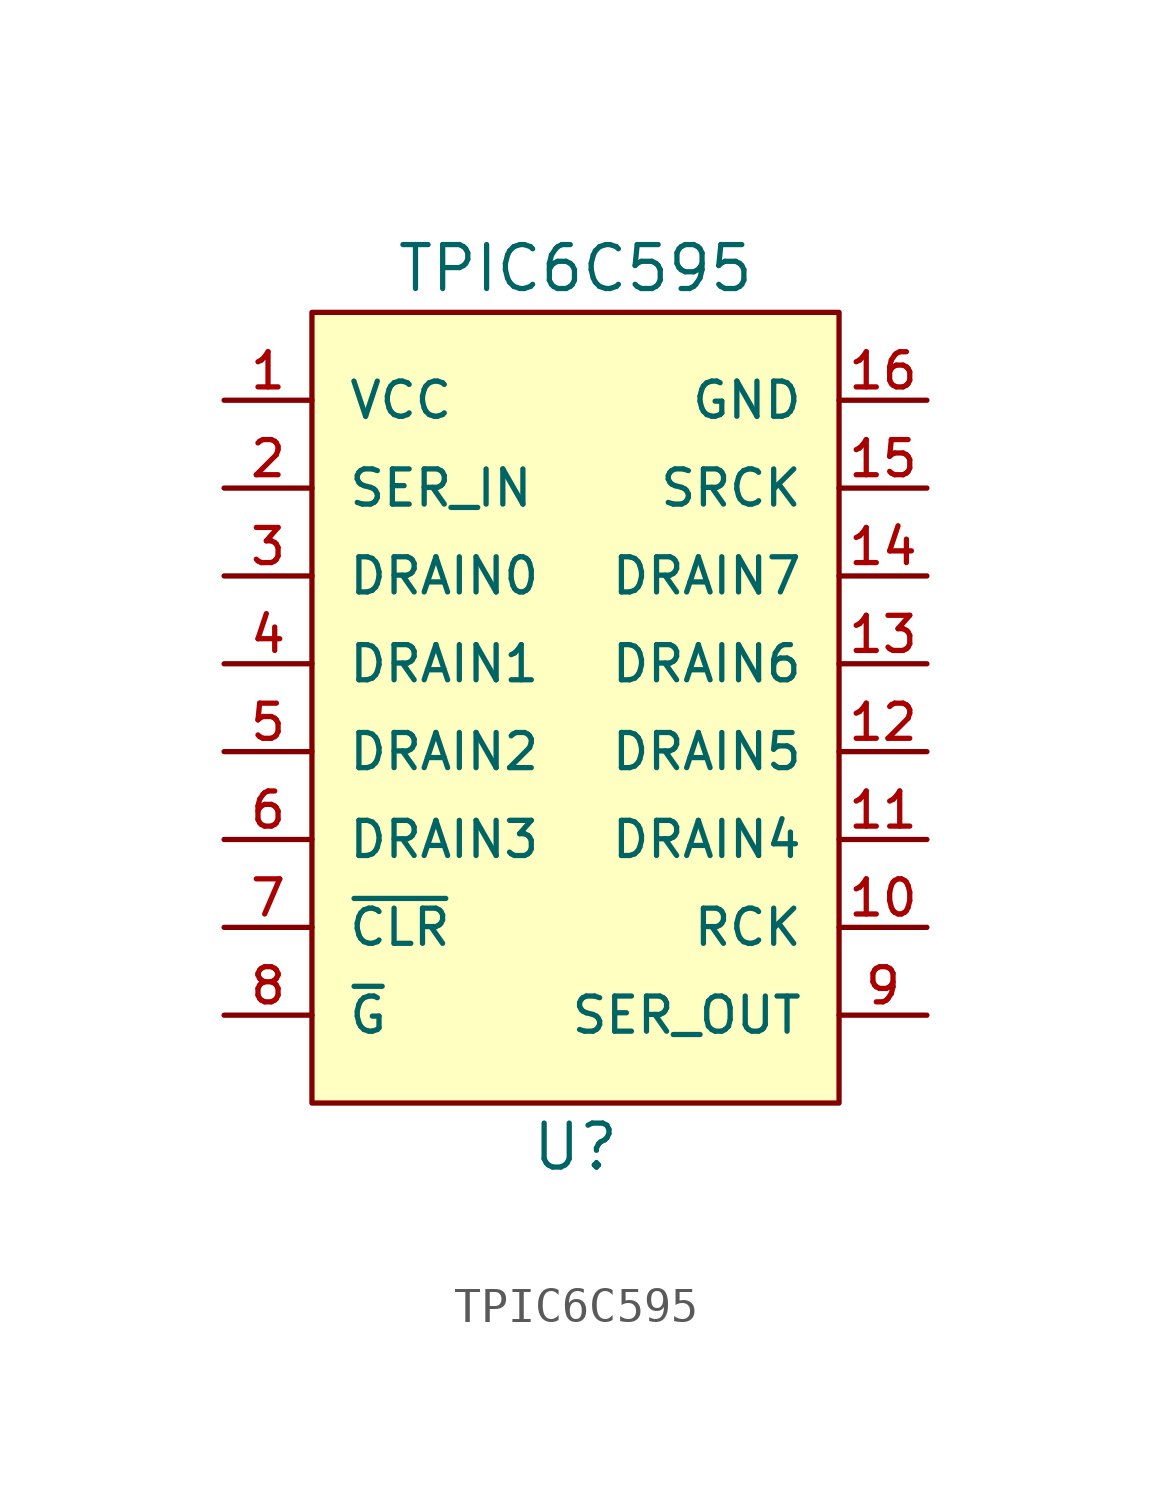
<source format=kicad_sym>
(kicad_symbol_lib
  (version 20211014)
  (generator kicad_symbol_editor)
  (symbol "TPIC6C595"
    (pin_names
      (offset 1.016))
    (property "Reference" "U"
      (at 0 -12.7 0)
      (effects (font (size 1.27 1.27))))
    (property "Value" "TPIC6C595"
      (at 0 12.7 0)
      (effects (font (size 1.27 1.27))))
    (property "Footprint" ""
      (at 0 0 0)
      (effects (font (size 1.524 1.524))))
    (property "Datasheet" ""
      (at 0 0 0)
      (effects (font (size 1.524 1.524))))
    (symbol "TPIC6C595_0_1"
      (rectangle (start -7.62 11.43) (end 7.62 -11.43) (stroke (width 0) (type default) (color 0 0 0 0)) (fill (type background))))
    (symbol "TPIC6C595_1_1"
      (pin power_in line (at -10.16 8.89 0) (length 2.54) (name "VCC" (effects (font (size 1.016 1.016)))) (number "1" (effects (font (size 1.016 1.016)))))
      (pin passive line (at 10.16 -6.35 180) (length 2.54) (name "RCK" (effects (font (size 1.016 1.016)))) (number "10" (effects (font (size 1.016 1.016)))))
      (pin passive line (at 10.16 -3.81 180) (length 2.54) (name "DRAIN4" (effects (font (size 1.016 1.016)))) (number "11" (effects (font (size 1.016 1.016)))))
      (pin passive line (at 10.16 -1.27 180) (length 2.54) (name "DRAIN5" (effects (font (size 1.016 1.016)))) (number "12" (effects (font (size 1.016 1.016)))))
      (pin passive line (at 10.16 1.27 180) (length 2.54) (name "DRAIN6" (effects (font (size 1.016 1.016)))) (number "13" (effects (font (size 1.016 1.016)))))
      (pin passive line (at 10.16 3.81 180) (length 2.54) (name "DRAIN7" (effects (font (size 1.016 1.016)))) (number "14" (effects (font (size 1.016 1.016)))))
      (pin passive line (at 10.16 6.35 180) (length 2.54) (name "SRCK" (effects (font (size 1.016 1.016)))) (number "15" (effects (font (size 1.016 1.016)))))
      (pin power_in line (at 10.16 8.89 180) (length 2.54) (name "GND" (effects (font (size 1.016 1.016)))) (number "16" (effects (font (size 1.016 1.016)))))
      (pin output line (at -10.16 6.35 0) (length 2.54) (name "SER_IN" (effects (font (size 1.016 1.016)))) (number "2" (effects (font (size 1.016 1.016)))))
      (pin passive line (at -10.16 3.81 0) (length 2.54) (name "DRAIN0" (effects (font (size 1.016 1.016)))) (number "3" (effects (font (size 1.016 1.016)))))
      (pin passive line (at -10.16 1.27 0) (length 2.54) (name "DRAIN1" (effects (font (size 1.016 1.016)))) (number "4" (effects (font (size 1.016 1.016)))))
      (pin passive line (at -10.16 -1.27 0) (length 2.54) (name "DRAIN2" (effects (font (size 1.016 1.016)))) (number "5" (effects (font (size 1.016 1.016)))))
      (pin passive line (at -10.16 -3.81 0) (length 2.54) (name "DRAIN3" (effects (font (size 1.016 1.016)))) (number "6" (effects (font (size 1.016 1.016)))))
      (pin passive line (at -10.16 -6.35 0) (length 2.54) (name "~{CLR}" (effects (font (size 1.016 1.016)))) (number "7" (effects (font (size 1.016 1.016)))))
      (pin passive line (at -10.16 -8.89 0) (length 2.54) (name "~{G}" (effects (font (size 1.016 1.016)))) (number "8" (effects (font (size 1.016 1.016)))))
      (pin passive line (at 10.16 -8.89 180) (length 2.54) (name "SER_OUT" (effects (font (size 1.016 1.016)))) (number "9" (effects (font (size 1.016 1.016))))))))
</source>
